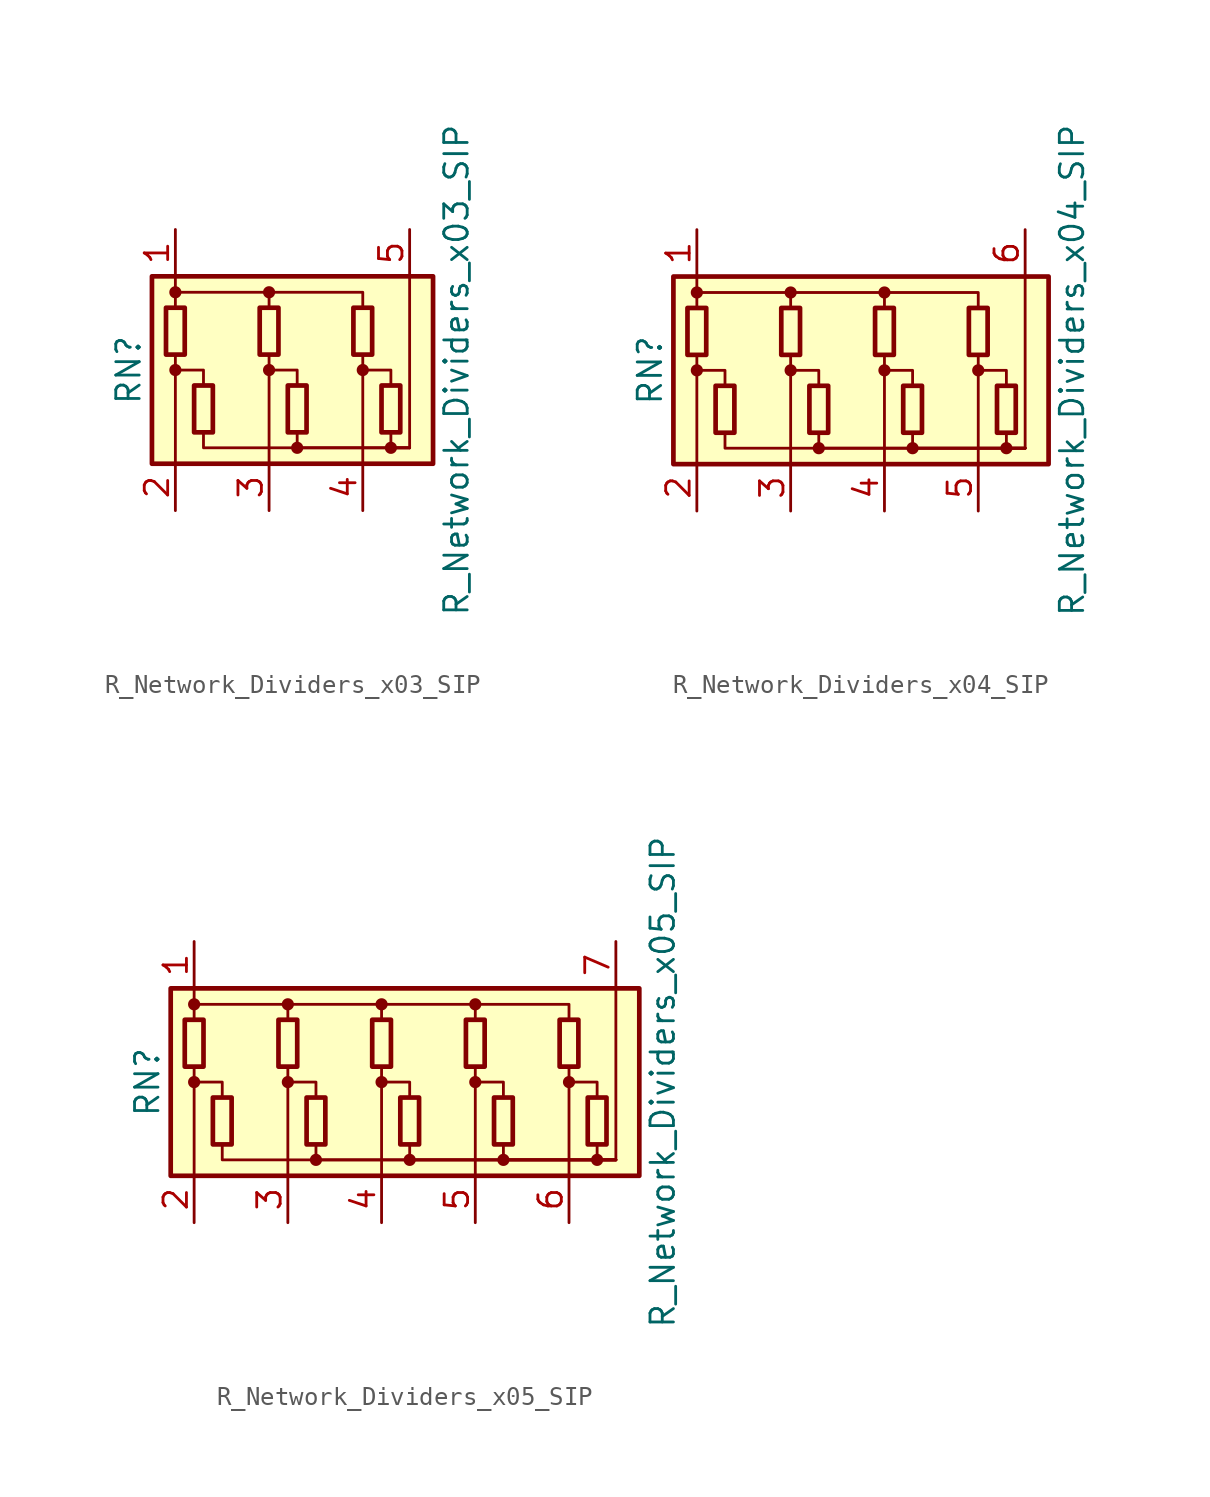
<source format=kicad_sym>
(kicad_symbol_lib
  (version 20241209)
  (generator "kicad_symbol_editor")
  (generator_version "9.0")
  (symbol "R_Network_Dividers_x03_SIP"
    (pin_names
      (offset 0)
      (hide yes))
    (property "Reference" "RN"
      (at -7.62 0 90)
      (effects (font (size 1.27 1.27))))
    (property "Value" "R_Network_Dividers_x03_SIP"
      (at 10.16 0 90)
      (effects (font (size 1.27 1.27))))
    (symbol "R_Network_Dividers_x03_SIP_0_1"
      (rectangle (start -6.35 -5.08) (end 8.89 5.08) (stroke (width 0.254) (type solid)) (fill (type background)))
      (rectangle (start -5.588 3.378) (end -4.572 0.838) (stroke (width 0.254) (type solid)) (fill (type none)))
      (polyline (pts (xy -5.08 5.08) (xy -5.08 3.378)) (stroke (width 0) (type solid)) (fill (type none)))
      (circle (center -5.08 4.216) (radius 0.254) (stroke (width 0) (type solid)) (fill (type outline)))
      (polyline (pts (xy -5.08 4.216) (xy 0 4.216) (xy 0 3.378)) (stroke (width 0) (type solid)) (fill (type none)))
      (circle (center -5.08 0) (radius 0.254) (stroke (width 0) (type solid)) (fill (type outline)))
      (polyline (pts (xy -5.08 0) (xy -3.556 0) (xy -3.556 -0.838)) (stroke (width 0) (type solid)) (fill (type none)))
      (polyline (pts (xy -5.08 -5.08) (xy -5.08 0.838)) (stroke (width 0) (type solid)) (fill (type none)))
      (rectangle (start -4.064 -3.378) (end -3.048 -0.838) (stroke (width 0.254) (type solid)) (fill (type none)))
      (polyline (pts (xy -3.556 -3.378) (xy -3.556 -4.216) (xy 7.62 -4.216)) (stroke (width 0) (type solid)) (fill (type none)))
      (rectangle (start -0.508 3.378) (end 0.508 0.838) (stroke (width 0.254) (type solid)) (fill (type none)))
      (circle (center 0 4.216) (radius 0.254) (stroke (width 0) (type solid)) (fill (type outline)))
      (polyline (pts (xy 0 4.216) (xy 5.08 4.216) (xy 5.08 3.378)) (stroke (width 0) (type solid)) (fill (type none)))
      (polyline (pts (xy 0 0) (xy 1.524 0) (xy 1.524 -0.838)) (stroke (width 0) (type solid)) (fill (type none)))
      (circle (center 0 0) (radius 0.254) (stroke (width 0) (type solid)) (fill (type outline)))
      (polyline (pts (xy 0 -5.08) (xy 0 0.838)) (stroke (width 0) (type solid)) (fill (type none)))
      (rectangle (start 1.016 -3.378) (end 2.032 -0.838) (stroke (width 0.254) (type solid)) (fill (type none)))
      (polyline (pts (xy 1.524 -3.378) (xy 1.524 -4.216) (xy 7.62 -4.216)) (stroke (width 0) (type solid)) (fill (type none)))
      (circle (center 1.524 -4.216) (radius 0.254) (stroke (width 0) (type solid)) (fill (type outline)))
      (rectangle (start 4.572 3.378) (end 5.588 0.838) (stroke (width 0.254) (type solid)) (fill (type none)))
      (polyline (pts (xy 5.08 0) (xy 6.604 0) (xy 6.604 -0.838)) (stroke (width 0) (type solid)) (fill (type none)))
      (circle (center 5.08 0) (radius 0.254) (stroke (width 0) (type solid)) (fill (type outline)))
      (polyline (pts (xy 5.08 -5.08) (xy 5.08 0.838)) (stroke (width 0) (type solid)) (fill (type none)))
      (rectangle (start 6.096 -3.378) (end 7.112 -0.838) (stroke (width 0.254) (type solid)) (fill (type none)))
      (polyline (pts (xy 6.604 -3.378) (xy 6.604 -4.216) (xy 7.62 -4.216)) (stroke (width 0) (type solid)) (fill (type none)))
      (circle (center 6.604 -4.216) (radius 0.254) (stroke (width 0) (type solid)) (fill (type outline)))
      (polyline (pts (xy 7.62 -4.216) (xy 7.62 5.08)) (stroke (width 0) (type solid)) (fill (type none))))
    (symbol "R_Network_Dividers_x03_SIP_1_1"
      (pin passive line (at -5.08 7.62 270) (length 2.54) (name "COM1" (effects (font (size 1.27 1.27)))) (number "1" (effects (font (size 1.27 1.27)))))
      (pin passive line (at -5.08 -7.62 90) (length 2.54) (name "R1" (effects (font (size 1.27 1.27)))) (number "2" (effects (font (size 1.27 1.27)))))
      (pin passive line (at 0 -7.62 90) (length 2.54) (name "R2" (effects (font (size 1.27 1.27)))) (number "3" (effects (font (size 1.27 1.27)))))
      (pin passive line (at 5.08 -7.62 90) (length 2.54) (name "R3" (effects (font (size 1.27 1.27)))) (number "4" (effects (font (size 1.27 1.27)))))
      (pin passive line (at 7.62 7.62 270) (length 2.54) (name "COM2" (effects (font (size 1.27 1.27)))) (number "5" (effects (font (size 1.27 1.27)))))))
  (symbol "R_Network_Dividers_x04_SIP"
    (pin_names
      (offset 0)
      (hide yes))
    (property "Reference" "RN"
      (at -12.7 0 90)
      (effects (font (size 1.27 1.27))))
    (property "Value" "R_Network_Dividers_x04_SIP"
      (at 10.16 0 90)
      (effects (font (size 1.27 1.27))))
    (symbol "R_Network_Dividers_x04_SIP_0_1"
      (rectangle (start -11.43 -5.08) (end 8.89 5.08) (stroke (width 0.254) (type solid)) (fill (type background)))
      (rectangle (start -10.668 3.378) (end -9.652 0.838) (stroke (width 0.254) (type solid)) (fill (type none)))
      (polyline (pts (xy -10.16 5.08) (xy -10.16 3.378)) (stroke (width 0) (type solid)) (fill (type none)))
      (circle (center -10.16 4.216) (radius 0.254) (stroke (width 0) (type solid)) (fill (type outline)))
      (polyline (pts (xy -10.16 4.216) (xy -5.08 4.216) (xy -5.08 3.378)) (stroke (width 0) (type solid)) (fill (type none)))
      (circle (center -10.16 0) (radius 0.254) (stroke (width 0) (type solid)) (fill (type outline)))
      (polyline (pts (xy -10.16 0) (xy -8.636 0) (xy -8.636 -0.838)) (stroke (width 0) (type solid)) (fill (type none)))
      (polyline (pts (xy -10.16 -5.08) (xy -10.16 0.838)) (stroke (width 0) (type solid)) (fill (type none)))
      (rectangle (start -9.144 -3.378) (end -8.128 -0.838) (stroke (width 0.254) (type solid)) (fill (type none)))
      (polyline (pts (xy -8.636 -3.378) (xy -8.636 -4.216) (xy 7.62 -4.216)) (stroke (width 0) (type solid)) (fill (type none)))
      (rectangle (start -5.588 3.378) (end -4.572 0.838) (stroke (width 0.254) (type solid)) (fill (type none)))
      (circle (center -5.08 4.216) (radius 0.254) (stroke (width 0) (type solid)) (fill (type outline)))
      (polyline (pts (xy -5.08 4.216) (xy 0 4.216) (xy 0 3.378)) (stroke (width 0) (type solid)) (fill (type none)))
      (circle (center -5.08 0) (radius 0.254) (stroke (width 0) (type solid)) (fill (type outline)))
      (polyline (pts (xy -5.08 0) (xy -3.556 0) (xy -3.556 -0.838)) (stroke (width 0) (type solid)) (fill (type none)))
      (polyline (pts (xy -5.08 -5.08) (xy -5.08 0.838)) (stroke (width 0) (type solid)) (fill (type none)))
      (rectangle (start -4.064 -3.378) (end -3.048 -0.838) (stroke (width 0.254) (type solid)) (fill (type none)))
      (polyline (pts (xy -3.556 -3.378) (xy -3.556 -4.216) (xy 7.62 -4.216)) (stroke (width 0) (type solid)) (fill (type none)))
      (circle (center -3.556 -4.216) (radius 0.254) (stroke (width 0) (type solid)) (fill (type outline)))
      (rectangle (start -0.508 3.378) (end 0.508 0.838) (stroke (width 0.254) (type solid)) (fill (type none)))
      (circle (center 0 4.216) (radius 0.254) (stroke (width 0) (type solid)) (fill (type outline)))
      (polyline (pts (xy 0 4.216) (xy 5.08 4.216) (xy 5.08 3.378)) (stroke (width 0) (type solid)) (fill (type none)))
      (polyline (pts (xy 0 0) (xy 1.524 0) (xy 1.524 -0.838)) (stroke (width 0) (type solid)) (fill (type none)))
      (circle (center 0 0) (radius 0.254) (stroke (width 0) (type solid)) (fill (type outline)))
      (polyline (pts (xy 0 -5.08) (xy 0 0.838)) (stroke (width 0) (type solid)) (fill (type none)))
      (rectangle (start 1.016 -3.378) (end 2.032 -0.838) (stroke (width 0.254) (type solid)) (fill (type none)))
      (polyline (pts (xy 1.524 -3.378) (xy 1.524 -4.216) (xy 7.62 -4.216)) (stroke (width 0) (type solid)) (fill (type none)))
      (circle (center 1.524 -4.216) (radius 0.254) (stroke (width 0) (type solid)) (fill (type outline)))
      (rectangle (start 4.572 3.378) (end 5.588 0.838) (stroke (width 0.254) (type solid)) (fill (type none)))
      (polyline (pts (xy 5.08 0) (xy 6.604 0) (xy 6.604 -0.838)) (stroke (width 0) (type solid)) (fill (type none)))
      (circle (center 5.08 0) (radius 0.254) (stroke (width 0) (type solid)) (fill (type outline)))
      (polyline (pts (xy 5.08 -5.08) (xy 5.08 0.838)) (stroke (width 0) (type solid)) (fill (type none)))
      (rectangle (start 6.096 -3.378) (end 7.112 -0.838) (stroke (width 0.254) (type solid)) (fill (type none)))
      (polyline (pts (xy 6.604 -3.378) (xy 6.604 -4.216) (xy 7.62 -4.216)) (stroke (width 0) (type solid)) (fill (type none)))
      (circle (center 6.604 -4.216) (radius 0.254) (stroke (width 0) (type solid)) (fill (type outline)))
      (polyline (pts (xy 7.62 -4.216) (xy 7.62 5.08)) (stroke (width 0) (type solid)) (fill (type none))))
    (symbol "R_Network_Dividers_x04_SIP_1_1"
      (pin passive line (at -10.16 7.62 270) (length 2.54) (name "COM1" (effects (font (size 1.27 1.27)))) (number "1" (effects (font (size 1.27 1.27)))))
      (pin passive line (at -10.16 -7.62 90) (length 2.54) (name "R1" (effects (font (size 1.27 1.27)))) (number "2" (effects (font (size 1.27 1.27)))))
      (pin passive line (at -5.08 -7.62 90) (length 2.54) (name "R2" (effects (font (size 1.27 1.27)))) (number "3" (effects (font (size 1.27 1.27)))))
      (pin passive line (at 0 -7.62 90) (length 2.54) (name "R3" (effects (font (size 1.27 1.27)))) (number "4" (effects (font (size 1.27 1.27)))))
      (pin passive line (at 5.08 -7.62 90) (length 2.54) (name "R4" (effects (font (size 1.27 1.27)))) (number "5" (effects (font (size 1.27 1.27)))))
      (pin passive line (at 7.62 7.62 270) (length 2.54) (name "COM2" (effects (font (size 1.27 1.27)))) (number "6" (effects (font (size 1.27 1.27)))))))
  (symbol "R_Network_Dividers_x05_SIP"
    (pin_names
      (offset 0)
      (hide yes))
    (property "Reference" "RN"
      (at -12.7 0 90)
      (effects (font (size 1.27 1.27))))
    (property "Value" "R_Network_Dividers_x05_SIP"
      (at 15.24 0 90)
      (effects (font (size 1.27 1.27))))
    (symbol "R_Network_Dividers_x05_SIP_0_1"
      (rectangle (start -11.43 -5.08) (end 13.97 5.08) (stroke (width 0.254) (type solid)) (fill (type background)))
      (rectangle (start -10.668 3.378) (end -9.652 0.838) (stroke (width 0.254) (type solid)) (fill (type none)))
      (polyline (pts (xy -10.16 5.08) (xy -10.16 3.378)) (stroke (width 0) (type solid)) (fill (type none)))
      (circle (center -10.16 4.216) (radius 0.254) (stroke (width 0) (type solid)) (fill (type outline)))
      (polyline (pts (xy -10.16 4.216) (xy -5.08 4.216) (xy -5.08 3.378)) (stroke (width 0) (type solid)) (fill (type none)))
      (circle (center -10.16 0) (radius 0.254) (stroke (width 0) (type solid)) (fill (type outline)))
      (polyline (pts (xy -10.16 0) (xy -8.636 0) (xy -8.636 -0.838)) (stroke (width 0) (type solid)) (fill (type none)))
      (polyline (pts (xy -10.16 -5.08) (xy -10.16 0.838)) (stroke (width 0) (type solid)) (fill (type none)))
      (rectangle (start -9.144 -3.378) (end -8.128 -0.838) (stroke (width 0.254) (type solid)) (fill (type none)))
      (polyline (pts (xy -8.636 -3.378) (xy -8.636 -4.216) (xy 12.7 -4.216)) (stroke (width 0) (type solid)) (fill (type none)))
      (rectangle (start -5.588 3.378) (end -4.572 0.838) (stroke (width 0.254) (type solid)) (fill (type none)))
      (circle (center -5.08 4.216) (radius 0.254) (stroke (width 0) (type solid)) (fill (type outline)))
      (polyline (pts (xy -5.08 4.216) (xy 0 4.216) (xy 0 3.378)) (stroke (width 0) (type solid)) (fill (type none)))
      (circle (center -5.08 0) (radius 0.254) (stroke (width 0) (type solid)) (fill (type outline)))
      (polyline (pts (xy -5.08 0) (xy -3.556 0) (xy -3.556 -0.838)) (stroke (width 0) (type solid)) (fill (type none)))
      (polyline (pts (xy -5.08 -5.08) (xy -5.08 0.838)) (stroke (width 0) (type solid)) (fill (type none)))
      (rectangle (start -4.064 -3.378) (end -3.048 -0.838) (stroke (width 0.254) (type solid)) (fill (type none)))
      (polyline (pts (xy -3.556 -3.378) (xy -3.556 -4.216) (xy 12.7 -4.216)) (stroke (width 0) (type solid)) (fill (type none)))
      (circle (center -3.556 -4.216) (radius 0.254) (stroke (width 0) (type solid)) (fill (type outline)))
      (rectangle (start -0.508 3.378) (end 0.508 0.838) (stroke (width 0.254) (type solid)) (fill (type none)))
      (circle (center 0 4.216) (radius 0.254) (stroke (width 0) (type solid)) (fill (type outline)))
      (polyline (pts (xy 0 4.216) (xy 5.08 4.216) (xy 5.08 3.378)) (stroke (width 0) (type solid)) (fill (type none)))
      (polyline (pts (xy 0 0) (xy 1.524 0) (xy 1.524 -0.838)) (stroke (width 0) (type solid)) (fill (type none)))
      (circle (center 0 0) (radius 0.254) (stroke (width 0) (type solid)) (fill (type outline)))
      (polyline (pts (xy 0 -5.08) (xy 0 0.838)) (stroke (width 0) (type solid)) (fill (type none)))
      (rectangle (start 1.016 -3.378) (end 2.032 -0.838) (stroke (width 0.254) (type solid)) (fill (type none)))
      (polyline (pts (xy 1.524 -3.378) (xy 1.524 -4.216) (xy 12.7 -4.216)) (stroke (width 0) (type solid)) (fill (type none)))
      (circle (center 1.524 -4.216) (radius 0.254) (stroke (width 0) (type solid)) (fill (type outline)))
      (rectangle (start 4.572 3.378) (end 5.588 0.838) (stroke (width 0.254) (type solid)) (fill (type none)))
      (polyline (pts (xy 5.08 4.216) (xy 10.16 4.216) (xy 10.16 3.378)) (stroke (width 0) (type solid)) (fill (type none)))
      (circle (center 5.08 4.216) (radius 0.254) (stroke (width 0) (type solid)) (fill (type outline)))
      (polyline (pts (xy 5.08 0) (xy 6.604 0) (xy 6.604 -0.838)) (stroke (width 0) (type solid)) (fill (type none)))
      (circle (center 5.08 0) (radius 0.254) (stroke (width 0) (type solid)) (fill (type outline)))
      (polyline (pts (xy 5.08 -5.08) (xy 5.08 0.838)) (stroke (width 0) (type solid)) (fill (type none)))
      (rectangle (start 6.096 -3.378) (end 7.112 -0.838) (stroke (width 0.254) (type solid)) (fill (type none)))
      (polyline (pts (xy 6.604 -3.378) (xy 6.604 -4.216) (xy 12.7 -4.216)) (stroke (width 0) (type solid)) (fill (type none)))
      (circle (center 6.604 -4.216) (radius 0.254) (stroke (width 0) (type solid)) (fill (type outline)))
      (rectangle (start 9.652 3.378) (end 10.668 0.838) (stroke (width 0.254) (type solid)) (fill (type none)))
      (polyline (pts (xy 10.16 0) (xy 11.684 0) (xy 11.684 -0.838)) (stroke (width 0) (type solid)) (fill (type none)))
      (circle (center 10.16 0) (radius 0.254) (stroke (width 0) (type solid)) (fill (type outline)))
      (polyline (pts (xy 10.16 -5.08) (xy 10.16 0.838)) (stroke (width 0) (type solid)) (fill (type none)))
      (rectangle (start 11.176 -3.378) (end 12.192 -0.838) (stroke (width 0.254) (type solid)) (fill (type none)))
      (polyline (pts (xy 11.684 -3.378) (xy 11.684 -4.216) (xy 12.7 -4.216)) (stroke (width 0) (type solid)) (fill (type none)))
      (circle (center 11.684 -4.216) (radius 0.254) (stroke (width 0) (type solid)) (fill (type outline)))
      (polyline (pts (xy 12.7 -4.216) (xy 12.7 5.08)) (stroke (width 0) (type solid)) (fill (type none))))
    (symbol "R_Network_Dividers_x05_SIP_1_1"
      (pin passive line (at -10.16 7.62 270) (length 2.54) (name "COM1" (effects (font (size 1.27 1.27)))) (number "1" (effects (font (size 1.27 1.27)))))
      (pin passive line (at -10.16 -7.62 90) (length 2.54) (name "R1" (effects (font (size 1.27 1.27)))) (number "2" (effects (font (size 1.27 1.27)))))
      (pin passive line (at -5.08 -7.62 90) (length 2.54) (name "R2" (effects (font (size 1.27 1.27)))) (number "3" (effects (font (size 1.27 1.27)))))
      (pin passive line (at 0 -7.62 90) (length 2.54) (name "R3" (effects (font (size 1.27 1.27)))) (number "4" (effects (font (size 1.27 1.27)))))
      (pin passive line (at 5.08 -7.62 90) (length 2.54) (name "R4" (effects (font (size 1.27 1.27)))) (number "5" (effects (font (size 1.27 1.27)))))
      (pin passive line (at 10.16 -7.62 90) (length 2.54) (name "R5" (effects (font (size 1.27 1.27)))) (number "6" (effects (font (size 1.27 1.27)))))
      (pin passive line (at 12.7 7.62 270) (length 2.54) (name "COM2" (effects (font (size 1.27 1.27)))) (number "7" (effects (font (size 1.27 1.27))))))))
</source>
